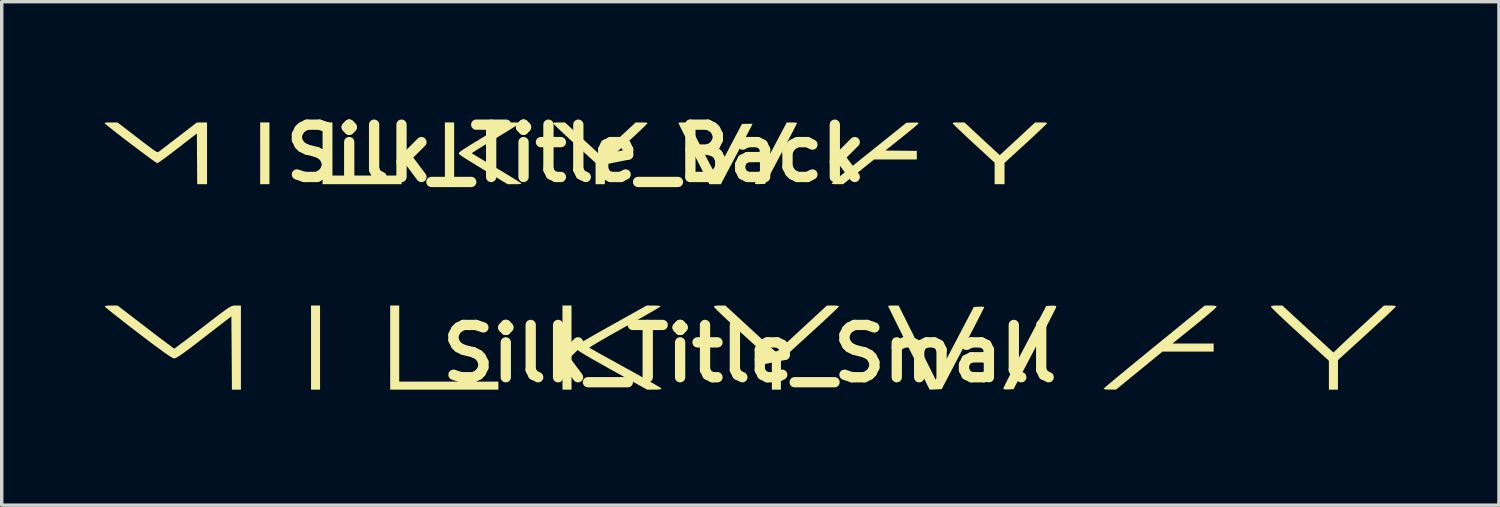
<source format=kicad_pcb>
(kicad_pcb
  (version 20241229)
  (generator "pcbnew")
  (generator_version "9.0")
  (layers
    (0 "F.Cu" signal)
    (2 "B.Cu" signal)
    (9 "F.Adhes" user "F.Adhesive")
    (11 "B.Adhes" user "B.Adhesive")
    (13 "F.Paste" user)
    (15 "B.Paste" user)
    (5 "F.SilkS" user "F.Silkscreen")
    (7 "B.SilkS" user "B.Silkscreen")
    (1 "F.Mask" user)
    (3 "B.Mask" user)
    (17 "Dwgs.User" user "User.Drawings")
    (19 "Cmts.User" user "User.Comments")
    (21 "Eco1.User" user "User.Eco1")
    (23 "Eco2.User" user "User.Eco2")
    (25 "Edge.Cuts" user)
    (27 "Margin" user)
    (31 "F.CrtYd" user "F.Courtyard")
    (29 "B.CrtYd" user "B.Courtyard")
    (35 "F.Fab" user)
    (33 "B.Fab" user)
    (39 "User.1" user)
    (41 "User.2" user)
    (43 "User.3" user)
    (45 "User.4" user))
  (footprint "Silk_Title_Back"
    (layer "F.Cu")
    (at 13.731 1.418)
    (property "Reference" "Silk_Title_Back" (at 0 0 0) (layer "F.SilkS") (effects (font (size 1.524 1.524) (thickness 0.3))))
    (attr board_only exclude_from_pos_files exclude_from_bom)
    (fp_poly (pts (xy -8.929 0.9) (xy -9.199 0.9) (xy -9.199 -0.9) (xy -8.929 -0.9)) (stroke (width 0) (type solid)) (fill yes) (layer "F.SilkS"))
    (fp_poly (pts (xy -3.546 0.9) (xy -3.816 0.9) (xy -3.816 -0.9) (xy -3.546 -0.9)) (stroke (width 0) (type solid)) (fill yes) (layer "F.SilkS"))
    (fp_poly (pts (xy -7.093 0.648) (xy -5.076 0.648) (xy -5.076 0.9) (xy -7.381 0.9) (xy -7.381 -0.9) (xy -7.093 -0.9)) (stroke (width 0) (type solid)) (fill yes) (layer "F.SilkS"))
    (fp_poly (pts (xy 6.375 -0.898) (xy 6.423 -0.892) (xy 6.443 -0.882) (xy 6.444 -0.878) (xy 6.435 -0.858) (xy 6.412 -0.809) (xy 6.374 -0.735) (xy 6.324 -0.638) (xy 6.263 -0.521) (xy 6.193 -0.387) (xy 6.115 -0.239) (xy 6.031 -0.08) (xy 5.979 0.018) (xy 5.515 0.891) (xy 5.368 0.896) (xy 5.294 0.898) (xy 5.249 0.896) (xy 5.227 0.888) (xy 5.22 0.875) (xy 5.22 0.873) (xy 5.229 0.853) (xy 5.252 0.803) (xy 5.29 0.728) (xy 5.34 0.63) (xy 5.401 0.512) (xy 5.471 0.377) (xy 5.549 0.229) (xy 5.633 0.07) (xy 5.684 -0.027) (xy 6.147 -0.9) (xy 6.296 -0.9)) (stroke (width 0) (type solid)) (fill yes) (layer "F.SilkS"))
    (fp_poly (pts (xy 9.953 -0.895) (xy 9.982 -0.889) (xy 9.991 -0.878) (xy 9.977 -0.862) (xy 9.938 -0.826) (xy 9.878 -0.773) (xy 9.799 -0.707) (xy 9.704 -0.629) (xy 9.598 -0.542) (xy 9.505 -0.468) (xy 9.02 -0.081) (xy 9.478 -0.076) (xy 9.937 -0.071) (xy 9.937 0.18) (xy 8.693 0.18) (xy 8.241 0.54) (xy 7.789 0.9) (xy 7.621 0.9) (xy 7.536 0.899) (xy 7.483 0.894) (xy 7.458 0.885) (xy 7.454 0.878) (xy 7.468 0.863) (xy 7.508 0.828) (xy 7.571 0.774) (xy 7.657 0.702) (xy 7.762 0.616) (xy 7.884 0.515) (xy 8.022 0.403) (xy 8.173 0.281) (xy 8.335 0.15) (xy 8.506 0.013) (xy 8.545 -0.018) (xy 9.634 -0.891) (xy 9.812 -0.896) (xy 9.898 -0.898)) (stroke (width 0) (type solid)) (fill yes) (layer "F.SilkS"))
    (fp_poly (pts (xy 11.839 -0.423) (xy 12.354 0.053) (xy 12.509 -0.089) (xy 12.565 -0.141) (xy 12.643 -0.212) (xy 12.735 -0.298) (xy 12.837 -0.392) (xy 12.943 -0.49) (xy 13.024 -0.565) (xy 13.384 -0.899) (xy 13.56 -0.9) (xy 13.646 -0.899) (xy 13.701 -0.894) (xy 13.729 -0.886) (xy 13.734 -0.878) (xy 13.721 -0.861) (xy 13.683 -0.823) (xy 13.625 -0.766) (xy 13.547 -0.692) (xy 13.454 -0.604) (xy 13.347 -0.504) (xy 13.229 -0.394) (xy 13.113 -0.288) (xy 12.493 0.279) (xy 12.493 0.59) (xy 12.493 0.9) (xy 12.205 0.9) (xy 12.205 0.273) (xy 11.593 -0.29) (xy 11.468 -0.405) (xy 11.352 -0.514) (xy 11.247 -0.612) (xy 11.156 -0.699) (xy 11.081 -0.772) (xy 11.025 -0.827) (xy 10.991 -0.863) (xy 10.981 -0.877) (xy 10.991 -0.888) (xy 11.023 -0.896) (xy 11.082 -0.899) (xy 11.153 -0.9) (xy 11.325 -0.9)) (stroke (width 0) (type solid)) (fill yes) (layer "F.SilkS"))
    (fp_poly (pts (xy 1.999 -0.899) (xy 2.05 -0.896) (xy 2.077 -0.889) (xy 2.085 -0.879) (xy 2.085 -0.874) (xy 2.071 -0.856) (xy 2.033 -0.817) (xy 1.974 -0.759) (xy 1.896 -0.684) (xy 1.802 -0.595) (xy 1.695 -0.495) (xy 1.577 -0.385) (xy 1.467 -0.284) (xy 0.855 0.28) (xy 0.85 0.59) (xy 0.845 0.9) (xy 0.576 0.9) (xy 0.575 0.59) (xy 0.575 0.279) (xy -0.045 -0.288) (xy -0.171 -0.404) (xy -0.288 -0.512) (xy -0.394 -0.611) (xy -0.486 -0.698) (xy -0.562 -0.771) (xy -0.619 -0.827) (xy -0.654 -0.863) (xy -0.665 -0.878) (xy -0.655 -0.889) (xy -0.62 -0.896) (xy -0.556 -0.899) (xy -0.491 -0.9) (xy -0.315 -0.899) (xy 0.027 -0.583) (xy 0.132 -0.486) (xy 0.238 -0.387) (xy 0.341 -0.292) (xy 0.433 -0.207) (xy 0.509 -0.137) (xy 0.542 -0.106) (xy 0.716 0.054) (xy 1.23 -0.423) (xy 1.744 -0.9) (xy 1.918 -0.9)) (stroke (width 0) (type solid)) (fill yes) (layer "F.SilkS"))
    (fp_poly (pts (xy 3.285 -0.9) (xy 3.67 -0.142) (xy 3.748 0.01) (xy 3.821 0.151) (xy 3.887 0.278) (xy 3.946 0.389) (xy 3.995 0.479) (xy 4.033 0.547) (xy 4.058 0.588) (xy 4.068 0.6) (xy 4.079 0.581) (xy 4.105 0.534) (xy 4.145 0.462) (xy 4.195 0.367) (xy 4.256 0.254) (xy 4.324 0.125) (xy 4.399 -0.017) (xy 4.461 -0.135) (xy 4.841 -0.855) (xy 4.994 -0.86) (xy 5.064 -0.861) (xy 5.117 -0.86) (xy 5.146 -0.856) (xy 5.148 -0.854) (xy 5.14 -0.837) (xy 5.117 -0.79) (xy 5.079 -0.718) (xy 5.03 -0.623) (xy 4.969 -0.507) (xy 4.9 -0.374) (xy 4.822 -0.227) (xy 4.739 -0.069) (xy 4.687 0.028) (xy 4.226 0.9) (xy 3.891 0.9) (xy 3.568 0.266) (xy 3.441 0.016) (xy 3.329 -0.203) (xy 3.233 -0.393) (xy 3.153 -0.553) (xy 3.088 -0.682) (xy 3.039 -0.781) (xy 3.007 -0.849) (xy 2.99 -0.885) (xy 2.988 -0.891) (xy 3.005 -0.895) (xy 3.049 -0.898) (xy 3.112 -0.9) (xy 3.137 -0.9)) (stroke (width 0) (type solid)) (fill yes) (layer "F.SilkS"))
    (fp_poly (pts (xy -12.78 -0.458) (xy -12.636 -0.347) (xy -12.518 -0.257) (xy -12.423 -0.186) (xy -12.348 -0.13) (xy -12.291 -0.09) (xy -12.248 -0.061) (xy -12.218 -0.044) (xy -12.196 -0.036) (xy -12.181 -0.034) (xy -12.169 -0.038) (xy -12.164 -0.041) (xy -12.141 -0.058) (xy -12.093 -0.094) (xy -12.023 -0.147) (xy -11.935 -0.214) (xy -11.832 -0.293) (xy -11.718 -0.38) (xy -11.596 -0.474) (xy -11.584 -0.483) (xy -11.044 -0.899) (xy -10.895 -0.899) (xy -10.747 -0.9) (xy -10.747 0.9) (xy -11.034 0.9) (xy -11.039 0.161) (xy -11.044 -0.578) (xy -11.602 -0.145) (xy -11.734 -0.044) (xy -11.855 0.048) (xy -11.963 0.128) (xy -12.054 0.194) (xy -12.125 0.244) (xy -12.174 0.276) (xy -12.198 0.288) (xy -12.198 0.288) (xy -12.218 0.277) (xy -12.264 0.247) (xy -12.331 0.199) (xy -12.417 0.137) (xy -12.518 0.063) (xy -12.632 -0.021) (xy -12.753 -0.112) (xy -12.881 -0.208) (xy -13.01 -0.307) (xy -13.138 -0.404) (xy -13.262 -0.5) (xy -13.378 -0.589) (xy -13.483 -0.671) (xy -13.573 -0.743) (xy -13.646 -0.802) (xy -13.699 -0.846) (xy -13.727 -0.872) (xy -13.731 -0.878) (xy -13.725 -0.888) (xy -13.697 -0.895) (xy -13.642 -0.899) (xy -13.556 -0.9) (xy -13.547 -0.9) (xy -13.357 -0.9)) (stroke (width 0) (type solid)) (fill yes) (layer "F.SilkS"))
    (fp_poly (pts (xy -1.728 -0.899) (xy -1.672 -0.894) (xy -1.644 -0.886) (xy -1.638 -0.877) (xy -1.653 -0.864) (xy -1.696 -0.834) (xy -1.764 -0.789) (xy -1.853 -0.732) (xy -1.961 -0.665) (xy -2.085 -0.589) (xy -2.221 -0.506) (xy -2.34 -0.434) (xy -2.484 -0.347) (xy -2.617 -0.266) (xy -2.737 -0.193) (xy -2.841 -0.128) (xy -2.925 -0.075) (xy -2.987 -0.035) (xy -3.023 -0.01) (xy -3.032 -0.002) (xy -3.015 0.009) (xy -2.97 0.037) (xy -2.9 0.079) (xy -2.809 0.134) (xy -2.699 0.2) (xy -2.574 0.275) (xy -2.436 0.357) (xy -2.308 0.433) (xy -2.163 0.52) (xy -2.027 0.602) (xy -1.904 0.677) (xy -1.796 0.743) (xy -1.708 0.798) (xy -1.642 0.841) (xy -1.601 0.868) (xy -1.588 0.879) (xy -1.596 0.889) (xy -1.631 0.895) (xy -1.694 0.899) (xy -1.785 0.9) (xy -1.989 0.899) (xy -2.7 0.47) (xy -2.87 0.367) (xy -3.012 0.28) (xy -3.127 0.209) (xy -3.219 0.151) (xy -3.29 0.105) (xy -3.342 0.07) (xy -3.377 0.042) (xy -3.399 0.022) (xy -3.409 0.007) (xy -3.411 -0.000389) (xy -3.407 -0.013) (xy -3.393 -0.029) (xy -3.367 -0.051) (xy -3.327 -0.081) (xy -3.269 -0.12) (xy -3.192 -0.17) (xy -3.093 -0.232) (xy -2.969 -0.308) (xy -2.818 -0.4) (xy -2.702 -0.47) (xy -1.992 -0.9) (xy -1.815 -0.9)) (stroke (width 0) (type solid)) (fill yes) (layer "F.SilkS")))
  (footprint "Silk_Title_Small"
    (layer "F.Cu")
    (at 18.802 7.254)
    (property "Reference" "Silk_Title_Small" (at 0 0 0) (layer "F.SilkS") (effects (font (size 1.524 1.524) (thickness 0.3))))
    (attr board_only exclude_from_pos_files exclude_from_bom)
    (fp_poly (pts (xy -12.525 1.051) (xy -12.788 1.051) (xy -12.788 -1.401) (xy -12.525 -1.401)) (stroke (width 0) (type solid)) (fill yes) (layer "F.SilkS"))
    (fp_poly (pts (xy -5.197 1.051) (xy -5.46 1.051) (xy -5.46 -1.401) (xy -5.197 -1.401)) (stroke (width 0) (type solid)) (fill yes) (layer "F.SilkS"))
    (fp_poly (pts (xy -10.218 0.817) (xy -7.328 0.817) (xy -7.328 1.051) (xy -10.481 1.051) (xy -10.481 -1.401) (xy -10.218 -1.401)) (stroke (width 0) (type solid)) (fill yes) (layer "F.SilkS"))
    (fp_poly (pts (xy 8.925 -1.383) (xy 8.932 -1.366) (xy 8.919 -1.334) (xy 8.881 -1.254) (xy 8.82 -1.134) (xy 8.741 -0.978) (xy 8.645 -0.792) (xy 8.536 -0.581) (xy 8.415 -0.351) (xy 8.308 -0.146) (xy 7.685 1.036) (xy 7.536 1.045) (xy 7.441 1.046) (xy 7.395 1.033) (xy 7.388 1.016) (xy 7.401 0.983) (xy 7.439 0.904) (xy 7.499 0.784) (xy 7.579 0.628) (xy 7.675 0.442) (xy 7.784 0.231) (xy 7.905 0.001) (xy 8.013 -0.204) (xy 8.638 -1.387) (xy 8.786 -1.396) (xy 8.88 -1.396)) (stroke (width 0) (type solid)) (fill yes) (layer "F.SilkS"))
    (fp_poly (pts (xy 4.876 -0.32) (xy 5.416 0.761) (xy 6.527 -1.358) (xy 6.68 -1.366) (xy 6.764 -1.367) (xy 6.819 -1.36) (xy 6.83 -1.352) (xy 6.817 -1.322) (xy 6.779 -1.246) (xy 6.72 -1.128) (xy 6.641 -0.975) (xy 6.546 -0.791) (xy 6.437 -0.581) (xy 6.317 -0.351) (xy 6.21 -0.146) (xy 5.591 1.036) (xy 5.416 1.045) (xy 5.241 1.053) (xy 4.635 -0.16) (xy 4.512 -0.406) (xy 4.397 -0.637) (xy 4.293 -0.846) (xy 4.203 -1.028) (xy 4.129 -1.179) (xy 4.074 -1.292) (xy 4.039 -1.363) (xy 4.029 -1.387) (xy 4.055 -1.395) (xy 4.123 -1.4) (xy 4.182 -1.401) (xy 4.336 -1.401)) (stroke (width 0) (type solid)) (fill yes) (layer "F.SilkS"))
    (fp_poly (pts (xy 13.54 -1.396) (xy 13.594 -1.381) (xy 13.603 -1.365) (xy 13.581 -1.338) (xy 13.519 -1.279) (xy 13.422 -1.195) (xy 13.297 -1.089) (xy 13.15 -0.966) (xy 12.986 -0.832) (xy 12.958 -0.81) (xy 12.315 -0.292) (xy 13.517 -0.292) (xy 13.517 -0.058) (xy 12.027 -0.058) (xy 11.349 0.496) (xy 10.671 1.05) (xy 10.486 1.05) (xy 10.386 1.047) (xy 10.325 1.036) (xy 10.311 1.022) (xy 10.335 0.999) (xy 10.4 0.943) (xy 10.503 0.856) (xy 10.64 0.741) (xy 10.807 0.603) (xy 11 0.443) (xy 11.216 0.266) (xy 11.451 0.073) (xy 11.7 -0.131) (xy 11.79 -0.204) (xy 13.26 -1.401) (xy 13.433 -1.401)) (stroke (width 0) (type solid)) (fill yes) (layer "F.SilkS"))
    (fp_poly (pts (xy 16.262 -0.716) (xy 17.006 -0.031) (xy 17.152 -0.171) (xy 17.213 -0.229) (xy 17.31 -0.319) (xy 17.434 -0.435) (xy 17.579 -0.57) (xy 17.738 -0.717) (xy 17.889 -0.856) (xy 18.48 -1.401) (xy 18.655 -1.401) (xy 18.748 -1.398) (xy 18.812 -1.388) (xy 18.831 -1.376) (xy 18.81 -1.352) (xy 18.751 -1.292) (xy 18.657 -1.202) (xy 18.534 -1.086) (xy 18.386 -0.949) (xy 18.219 -0.794) (xy 18.035 -0.626) (xy 17.986 -0.581) (xy 17.14 0.19) (xy 17.138 1.051) (xy 16.875 1.051) (xy 16.875 0.209) (xy 16.031 -0.56) (xy 15.844 -0.73) (xy 15.671 -0.89) (xy 15.518 -1.034) (xy 15.388 -1.157) (xy 15.286 -1.256) (xy 15.217 -1.326) (xy 15.185 -1.362) (xy 15.184 -1.365) (xy 15.206 -1.388) (xy 15.279 -1.4) (xy 15.35 -1.401) (xy 15.518 -1.401)) (stroke (width 0) (type solid)) (fill yes) (layer "F.SilkS"))
    (fp_poly (pts (xy 0.03 -0.716) (xy 0.773 -0.031) (xy 0.92 -0.171) (xy 0.98 -0.229) (xy 1.077 -0.319) (xy 1.201 -0.435) (xy 1.347 -0.57) (xy 1.505 -0.717) (xy 1.656 -0.856) (xy 2.247 -1.401) (xy 2.423 -1.401) (xy 2.515 -1.398) (xy 2.579 -1.388) (xy 2.598 -1.376) (xy 2.578 -1.352) (xy 2.518 -1.292) (xy 2.424 -1.202) (xy 2.301 -1.086) (xy 2.154 -0.949) (xy 1.986 -0.794) (xy 1.803 -0.626) (xy 1.753 -0.581) (xy 0.908 0.19) (xy 0.906 0.62) (xy 0.905 1.051) (xy 0.642 1.051) (xy 0.642 0.209) (xy -0.202 -0.56) (xy -0.389 -0.73) (xy -0.561 -0.89) (xy -0.715 -1.034) (xy -0.845 -1.157) (xy -0.947 -1.256) (xy -1.016 -1.326) (xy -1.047 -1.362) (xy -1.049 -1.365) (xy -1.027 -1.388) (xy -0.954 -1.4) (xy -0.883 -1.401) (xy -0.714 -1.401)) (stroke (width 0) (type solid)) (fill yes) (layer "F.SilkS"))
    (fp_poly (pts (xy -2.702 -1.398) (xy -2.629 -1.39) (xy -2.599 -1.379) (xy -2.598 -1.378) (xy -2.623 -1.359) (xy -2.694 -1.315) (xy -2.805 -1.249) (xy -2.951 -1.165) (xy -3.127 -1.064) (xy -3.327 -0.951) (xy -3.546 -0.828) (xy -3.648 -0.772) (xy -3.873 -0.646) (xy -4.081 -0.529) (xy -4.265 -0.423) (xy -4.422 -0.332) (xy -4.546 -0.258) (xy -4.632 -0.205) (xy -4.674 -0.176) (xy -4.677 -0.171) (xy -4.648 -0.153) (xy -4.573 -0.111) (xy -4.458 -0.046) (xy -4.308 0.038) (xy -4.13 0.137) (xy -3.927 0.249) (xy -3.707 0.37) (xy -3.621 0.418) (xy -3.396 0.542) (xy -3.187 0.659) (xy -3 0.765) (xy -2.84 0.857) (xy -2.713 0.931) (xy -2.624 0.985) (xy -2.579 1.015) (xy -2.575 1.02) (xy -2.596 1.038) (xy -2.674 1.048) (xy -2.778 1.051) (xy -2.993 1.051) (xy -4.044 0.468) (xy -4.337 0.304) (xy -4.58 0.166) (xy -4.775 0.053) (xy -4.923 -0.037) (xy -5.026 -0.103) (xy -5.086 -0.148) (xy -5.103 -0.17) (xy -5.097 -0.188) (xy -5.069 -0.216) (xy -5.016 -0.256) (xy -4.935 -0.309) (xy -4.821 -0.379) (xy -4.669 -0.467) (xy -4.478 -0.577) (xy -4.241 -0.711) (xy -4.059 -0.812) (xy -3.006 -1.401) (xy -2.802 -1.401)) (stroke (width 0) (type solid)) (fill yes) (layer "F.SilkS"))
    (fp_poly (pts (xy -17.61 -0.774) (xy -17.419 -0.628) (xy -17.244 -0.494) (xy -17.088 -0.377) (xy -16.958 -0.279) (xy -16.858 -0.205) (xy -16.795 -0.16) (xy -16.773 -0.146) (xy -16.746 -0.163) (xy -16.679 -0.212) (xy -16.576 -0.289) (xy -16.443 -0.389) (xy -16.285 -0.509) (xy -16.108 -0.644) (xy -15.939 -0.774) (xy -15.724 -0.94) (xy -15.549 -1.073) (xy -15.41 -1.178) (xy -15.301 -1.258) (xy -15.218 -1.316) (xy -15.154 -1.356) (xy -15.104 -1.381) (xy -15.064 -1.395) (xy -15.027 -1.4) (xy -14.988 -1.401) (xy -14.978 -1.401) (xy -14.831 -1.401) (xy -14.831 1.051) (xy -15.093 1.051) (xy -15.101 -0.018) (xy -15.109 -1.086) (xy -15.908 -0.469) (xy -16.127 -0.299) (xy -16.306 -0.163) (xy -16.449 -0.056) (xy -16.56 0.023) (xy -16.644 0.08) (xy -16.706 0.116) (xy -16.751 0.135) (xy -16.782 0.141) (xy -16.789 0.14) (xy -16.837 0.119) (xy -16.931 0.06) (xy -17.069 -0.035) (xy -17.252 -0.168) (xy -17.479 -0.337) (xy -17.751 -0.543) (xy -17.836 -0.609) (xy -18.043 -0.768) (xy -18.235 -0.917) (xy -18.406 -1.051) (xy -18.553 -1.167) (xy -18.67 -1.261) (xy -18.753 -1.33) (xy -18.796 -1.368) (xy -18.802 -1.375) (xy -18.775 -1.389) (xy -18.706 -1.398) (xy -18.615 -1.401) (xy -18.427 -1.401)) (stroke (width 0) (type solid)) (fill yes) (layer "F.SilkS")))
  (gr_rect
    (start -3 -3)
    (end 40.633 11.672)
    (stroke (width 0.1) (type default))
    (fill no)
    (layer "Edge.Cuts")))
</source>
